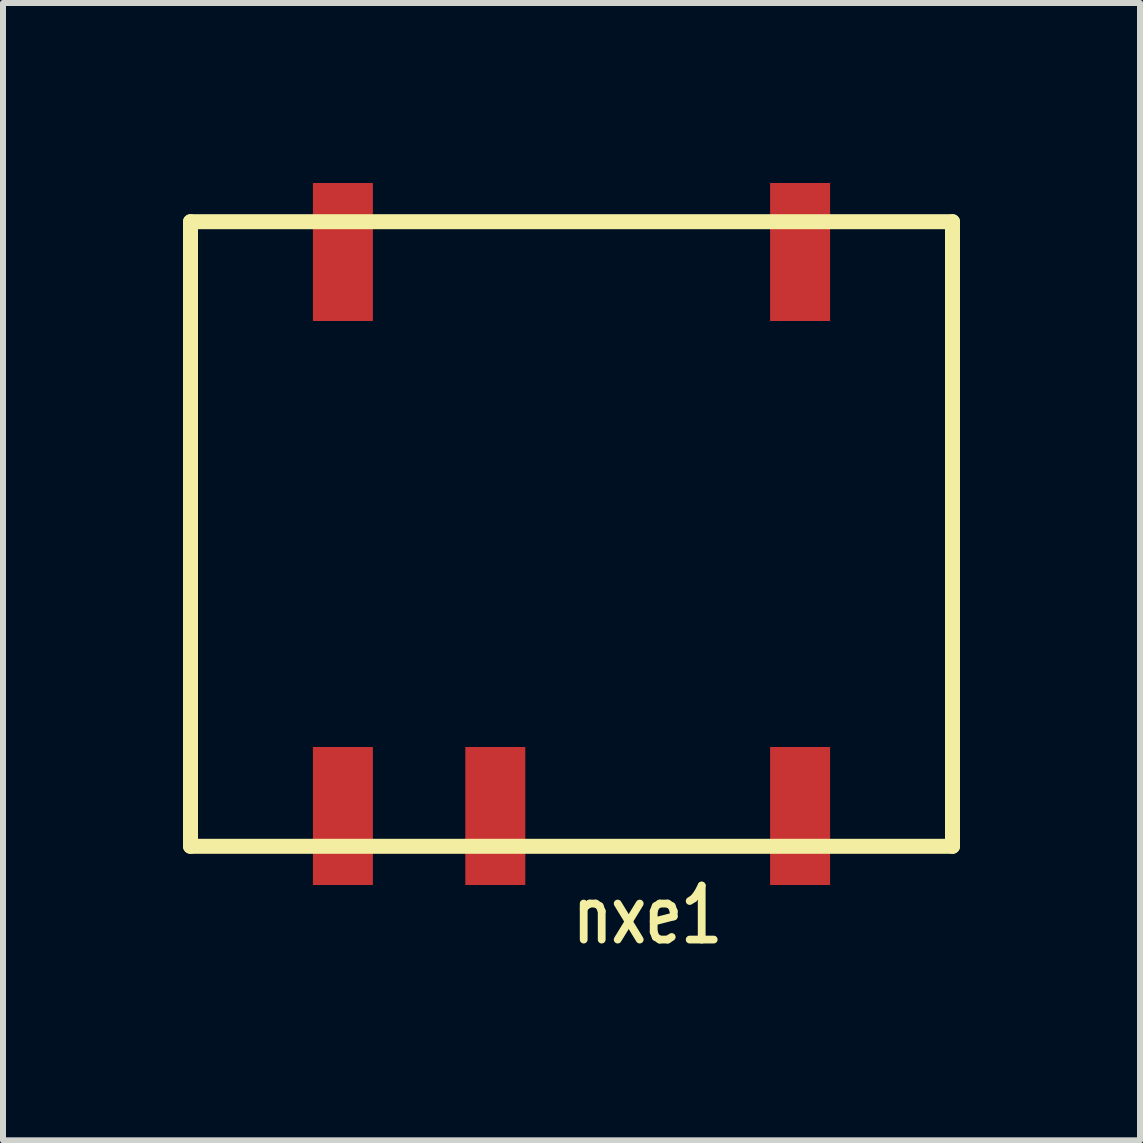
<source format=kicad_pcb>
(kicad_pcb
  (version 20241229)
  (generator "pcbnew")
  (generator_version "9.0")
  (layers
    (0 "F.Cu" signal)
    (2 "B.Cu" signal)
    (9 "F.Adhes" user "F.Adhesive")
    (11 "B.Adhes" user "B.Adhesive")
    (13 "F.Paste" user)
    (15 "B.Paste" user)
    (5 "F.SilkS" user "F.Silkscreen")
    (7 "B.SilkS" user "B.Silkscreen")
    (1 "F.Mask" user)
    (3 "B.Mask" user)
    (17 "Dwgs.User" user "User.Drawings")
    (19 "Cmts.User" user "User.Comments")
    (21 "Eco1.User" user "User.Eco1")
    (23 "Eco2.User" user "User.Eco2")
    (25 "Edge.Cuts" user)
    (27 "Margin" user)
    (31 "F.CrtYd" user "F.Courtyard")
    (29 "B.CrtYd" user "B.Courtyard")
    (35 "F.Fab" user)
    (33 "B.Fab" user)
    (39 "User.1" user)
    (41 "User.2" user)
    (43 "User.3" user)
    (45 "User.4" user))
  (footprint "nxe1"
    (layer "F.Cu")
    (at 7.745 5.85)
    (property "Reference" "nxe1" (at 0 6.35 0) (layer "F.SilkS") (effects (font (size 0.9 0.7) (thickness 0.13))))
    (attr smd)
    (fp_line (start -7.62 -5.205) (end -7.62 5.205) (stroke (width 0.25) (type solid)) (layer "F.SilkS"))
    (fp_line (start -7.62 -5.205) (end 5.08 -5.205) (stroke (width 0.25) (type solid)) (layer "F.SilkS"))
    (fp_line (start -7.62 3.685) (end -7.62 3.685) (stroke (width 0.15) (type solid)) (layer "F.SilkS"))
    (fp_line (start -7.62 5.205) (end 5.08 5.205) (stroke (width 0.25) (type solid)) (layer "F.SilkS"))
    (fp_line (start 5.08 -5.205) (end 5.08 5.205) (stroke (width 0.25) (type solid)) (layer "F.SilkS"))
    (pad "1" smd rect (at -5.08 4.7) (size 1 2.3) (layers "F.Cu" "F.Mask" "F.Paste"))
    (pad "3" smd rect (at -2.54 4.7) (size 1 2.3) (layers "F.Cu" "F.Mask" "F.Paste"))
    (pad "7" smd rect (at 2.54 4.7) (size 1 2.3) (layers "F.Cu" "F.Mask" "F.Paste"))
    (pad "8" smd rect (at 2.54 -4.7) (size 1 2.3) (layers "F.Cu" "F.Mask" "F.Paste"))
    (pad "14" smd rect (at -5.08 -4.7) (size 1 2.3) (layers "F.Cu" "F.Mask" "F.Paste")))
  (gr_rect
    (start -3 -3)
    (end 15.95 15.955)
    (stroke (width 0.1) (type default))
    (fill no)
    (layer "Edge.Cuts")))
</source>
